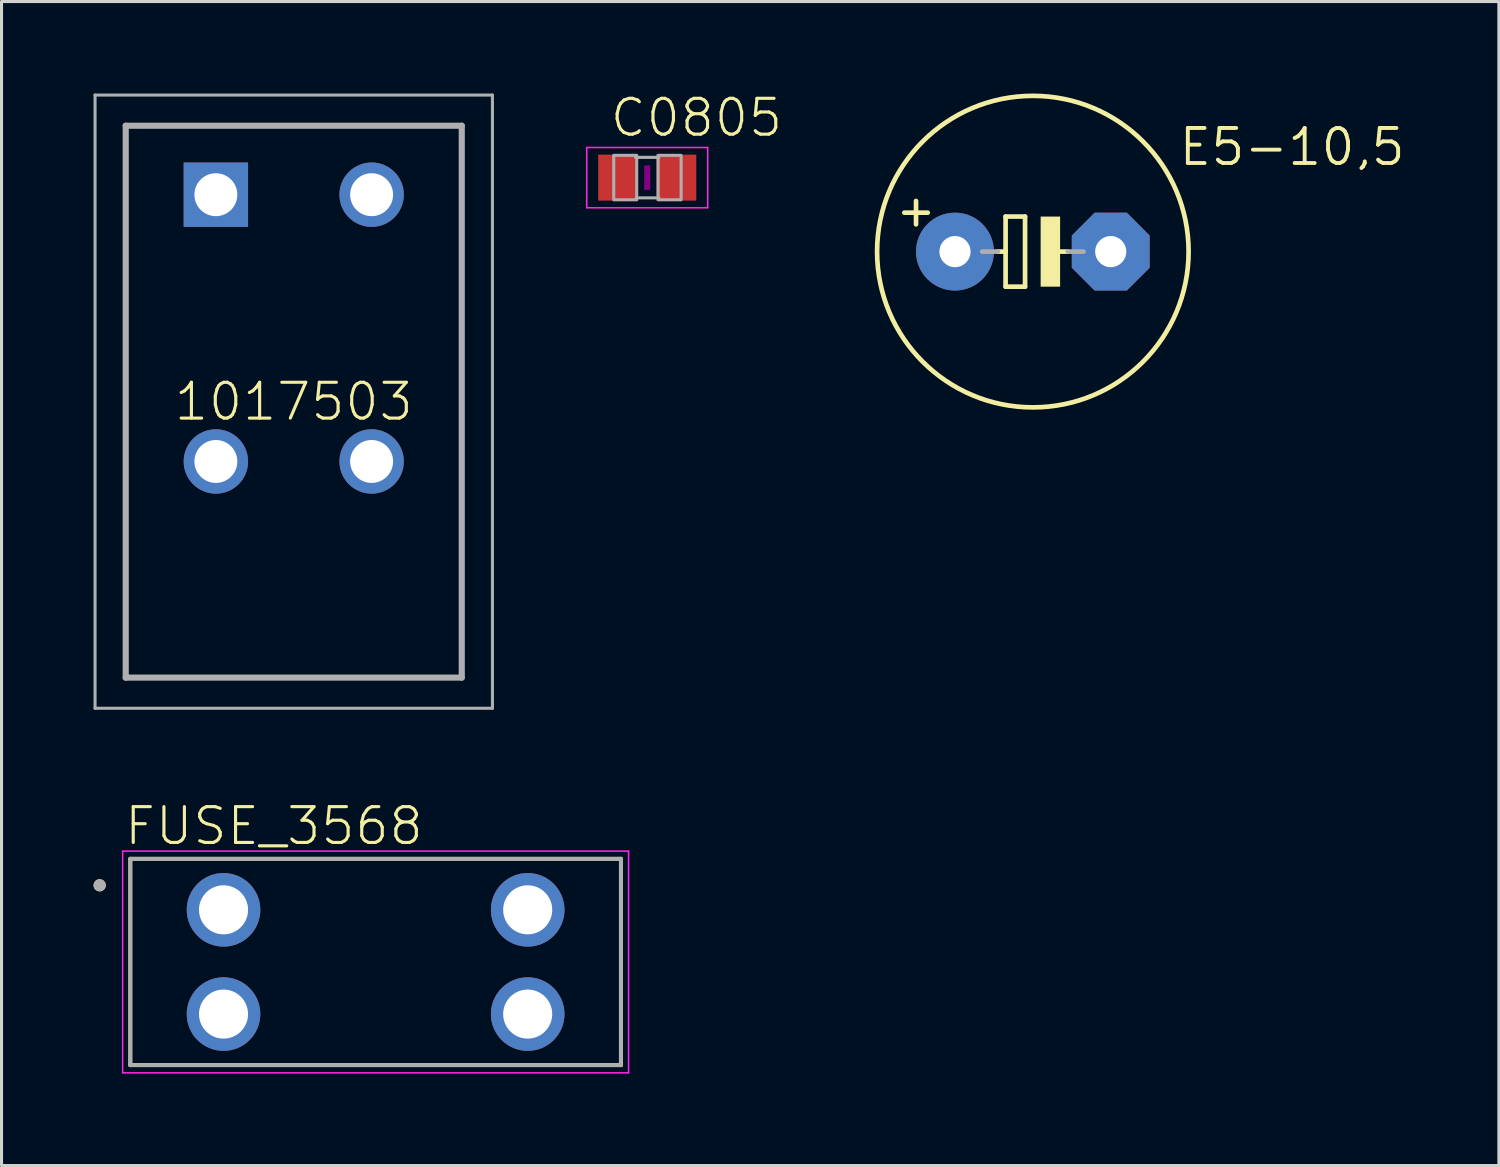
<source format=kicad_pcb>
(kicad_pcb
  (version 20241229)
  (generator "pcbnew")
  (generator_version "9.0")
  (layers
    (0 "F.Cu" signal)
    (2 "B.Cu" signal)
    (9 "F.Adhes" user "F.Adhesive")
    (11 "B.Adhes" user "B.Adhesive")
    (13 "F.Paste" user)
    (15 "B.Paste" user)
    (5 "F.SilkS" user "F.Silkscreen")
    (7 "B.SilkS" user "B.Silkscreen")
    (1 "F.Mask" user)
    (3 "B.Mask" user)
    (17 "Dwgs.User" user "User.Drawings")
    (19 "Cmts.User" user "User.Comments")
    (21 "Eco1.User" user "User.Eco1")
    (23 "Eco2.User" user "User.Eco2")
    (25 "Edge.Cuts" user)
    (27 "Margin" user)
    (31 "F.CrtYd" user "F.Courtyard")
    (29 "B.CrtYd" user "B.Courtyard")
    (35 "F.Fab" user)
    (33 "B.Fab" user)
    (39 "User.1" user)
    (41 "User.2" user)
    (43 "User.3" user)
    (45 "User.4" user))
  (footprint "C0805"
    (layer "F.Cu")
    (at 18.058 2.743)
    (property "Reference" "C0805" (at -1.27 -1.27 0) (layer "F.SilkS") (effects (font (size 1.168 1.168) (thickness 0.102)) (justify left bottom)))
    (fp_poly (pts (xy -0.1 0.4) (xy 0.1 0.4) (xy 0.1 -0.4) (xy -0.1 -0.4)) (stroke (width 0) (type solid)) (fill yes) (layer "F.Adhes"))
    (fp_line (start -1.973 -0.983) (end 1.973 -0.983) (stroke (width 0.051) (type solid)) (layer "F.CrtYd"))
    (fp_line (start -1.973 0.983) (end -1.973 -0.983) (stroke (width 0.051) (type solid)) (layer "F.CrtYd"))
    (fp_line (start 1.973 -0.983) (end 1.973 0.983) (stroke (width 0.051) (type solid)) (layer "F.CrtYd"))
    (fp_line (start 1.973 0.983) (end -1.973 0.983) (stroke (width 0.051) (type solid)) (layer "F.CrtYd"))
    (fp_line (start -0.381 -0.66) (end 0.381 -0.66) (stroke (width 0.102) (type solid)) (layer "F.Fab"))
    (fp_line (start -0.356 0.66) (end 0.381 0.66) (stroke (width 0.102) (type solid)) (layer "F.Fab"))
    (fp_poly (pts (xy -1.092 0.724) (xy -0.342 0.724) (xy -0.342 -0.726) (xy -1.092 -0.726)) (stroke (width 0.1) (type solid)) (fill no) (layer "F.Fab"))
    (fp_poly (pts (xy 0.356 0.724) (xy 1.106 0.724) (xy 1.106 -0.726) (xy 0.356 -0.726)) (stroke (width 0.1) (type solid)) (fill no) (layer "F.Fab"))
    (pad "1" smd rect (at -0.95 0) (size 1.3 1.5) (layers "F.Cu" "F.Mask" "F.Paste"))
    (pad "2" smd rect (at 0.95 0) (size 1.3 1.5) (layers "F.Cu" "F.Mask" "F.Paste")))
  (footprint "FUSE_3568"
    (layer "F.Cu")
    (at 9.2 28.323)
    (property "Reference" "FUSE_3568" (at -8.25 -3.75 0) (layer "F.SilkS") (effects (font (size 1.168 1.168) (thickness 0.102)) (justify left bottom)))
    (fp_line (start -8 -3.365) (end 8 -3.365) (stroke (width 0.127) (type solid)) (layer "F.SilkS"))
    (fp_line (start -8 3.365) (end -8 -3.365) (stroke (width 0.127) (type solid)) (layer "F.SilkS"))
    (fp_line (start 8 -3.365) (end 8 3.365) (stroke (width 0.127) (type solid)) (layer "F.SilkS"))
    (fp_line (start 8 3.365) (end -8 3.365) (stroke (width 0.127) (type solid)) (layer "F.SilkS"))
    (fp_circle (center -9 -2.5) (end -8.9 -2.5) (stroke (width 0.2) (type solid)) (fill no) (layer "F.SilkS"))
    (fp_line (start -8.25 -3.615) (end 8.25 -3.615) (stroke (width 0.05) (type solid)) (layer "F.CrtYd"))
    (fp_line (start -8.25 3.615) (end -8.25 -3.615) (stroke (width 0.05) (type solid)) (layer "F.CrtYd"))
    (fp_line (start 8.25 -3.615) (end 8.25 3.615) (stroke (width 0.05) (type solid)) (layer "F.CrtYd"))
    (fp_line (start 8.25 3.615) (end -8.25 3.615) (stroke (width 0.05) (type solid)) (layer "F.CrtYd"))
    (fp_line (start -8 -3.365) (end 8 -3.365) (stroke (width 0.127) (type solid)) (layer "F.Fab"))
    (fp_line (start -8 3.365) (end -8 -3.365) (stroke (width 0.127) (type solid)) (layer "F.Fab"))
    (fp_line (start 8 -3.365) (end 8 3.365) (stroke (width 0.127) (type solid)) (layer "F.Fab"))
    (fp_line (start 8 3.365) (end -8 3.365) (stroke (width 0.127) (type solid)) (layer "F.Fab"))
    (fp_circle (center -9 -2.5) (end -8.9 -2.5) (stroke (width 0.2) (type solid)) (fill no) (layer "F.Fab"))
    (pad "1" thru_hole circle (at -4.96 -1.7) (size 2.4 2.4) (drill 1.6) (layers "*.Cu" "*.Mask"))
    (pad "2" thru_hole circle (at 4.96 -1.7) (size 2.4 2.4) (drill 1.6) (layers "*.Cu" "*.Mask"))
    (pad "3" thru_hole circle (at -4.96 1.7) (size 2.4 2.4) (drill 1.6) (layers "*.Cu" "*.Mask"))
    (pad "4" thru_hole circle (at 4.96 1.7) (size 2.4 2.4) (drill 1.6) (layers "*.Cu" "*.Mask")))
  (footprint "1017503"
    (layer "F.Cu")
    (at 3.99 3.3)
    (property "Reference" "1017503" (at 2.54 6.75 0) (layer "F.SilkS") (effects (font (size 1.168 1.168) (thickness 0.102))))
    (fp_line (start -2.94 -2.25) (end 8.02 -2.25) (stroke (width 0.1) (type solid)) (layer "F.SilkS"))
    (fp_line (start -2.94 15.75) (end -2.94 -2.25) (stroke (width 0.1) (type solid)) (layer "F.SilkS"))
    (fp_line (start 8.02 -2.25) (end 8.02 15.75) (stroke (width 0.1) (type solid)) (layer "F.SilkS"))
    (fp_line (start 8.02 15.75) (end -2.94 15.75) (stroke (width 0.1) (type solid)) (layer "F.SilkS"))
    (fp_line (start -3.94 -3.25) (end 9.02 -3.25) (stroke (width 0.1) (type solid)) (layer "F.Fab"))
    (fp_line (start -3.94 16.75) (end -3.94 -3.25) (stroke (width 0.1) (type solid)) (layer "F.Fab"))
    (fp_line (start -2.94 -2.25) (end 8.02 -2.25) (stroke (width 0.2) (type solid)) (layer "F.Fab"))
    (fp_line (start -2.94 15.75) (end -2.94 -2.25) (stroke (width 0.2) (type solid)) (layer "F.Fab"))
    (fp_line (start 8.02 -2.25) (end 8.02 15.75) (stroke (width 0.2) (type solid)) (layer "F.Fab"))
    (fp_line (start 8.02 15.75) (end -2.94 15.75) (stroke (width 0.2) (type solid)) (layer "F.Fab"))
    (fp_line (start 9.02 -3.25) (end 9.02 16.75) (stroke (width 0.1) (type solid)) (layer "F.Fab"))
    (fp_line (start 9.02 16.75) (end -3.94 16.75) (stroke (width 0.1) (type solid)) (layer "F.Fab"))
    (pad "1" thru_hole rect (at 0 0) (size 2.1 2.1) (drill 1.4) (layers "*.Cu" "*.Mask"))
    (pad "2" thru_hole circle (at 0 8.7) (size 2.1 2.1) (drill 1.4) (layers "*.Cu" "*.Mask"))
    (pad "3" thru_hole circle (at 5.08 0) (size 2.1 2.1) (drill 1.4) (layers "*.Cu" "*.Mask"))
    (pad "4" thru_hole circle (at 5.08 8.7) (size 2.1 2.1) (drill 1.4) (layers "*.Cu" "*.Mask")))
  (footprint "E5-10,5"
    (layer "F.Cu")
    (at 30.635 5.156)
    (property "Reference" "E5-10,5" (at 4.699 -2.743 0) (layer "F.SilkS") (effects (font (size 1.143 1.143) (thickness 0.127)) (justify left bottom)))
    (fp_line (start -3.81 -1.651) (end -3.81 -0.889) (stroke (width 0.152) (type solid)) (layer "F.SilkS"))
    (fp_line (start -3.429 -1.27) (end -4.191 -1.27) (stroke (width 0.152) (type solid)) (layer "F.SilkS"))
    (fp_line (start -1.143 0) (end -0.889 0) (stroke (width 0.152) (type solid)) (layer "F.SilkS"))
    (fp_line (start -0.889 -1.143) (end -0.889 0) (stroke (width 0.152) (type solid)) (layer "F.SilkS"))
    (fp_line (start -0.889 0) (end -0.889 1.143) (stroke (width 0.152) (type solid)) (layer "F.SilkS"))
    (fp_line (start -0.889 1.143) (end -0.254 1.143) (stroke (width 0.152) (type solid)) (layer "F.SilkS"))
    (fp_line (start -0.254 -1.143) (end -0.889 -1.143) (stroke (width 0.152) (type solid)) (layer "F.SilkS"))
    (fp_line (start -0.254 1.143) (end -0.254 -1.143) (stroke (width 0.152) (type solid)) (layer "F.SilkS"))
    (fp_line (start 0.635 0) (end 1.143 0) (stroke (width 0.152) (type solid)) (layer "F.SilkS"))
    (fp_circle (center 0 0) (end 5.08 0) (stroke (width 0.152) (type solid)) (fill no) (layer "F.SilkS"))
    (fp_poly (pts (xy 0.254 1.143) (xy 0.889 1.143) (xy 0.889 -1.143) (xy 0.254 -1.143)) (stroke (width 0) (type solid)) (fill yes) (layer "F.SilkS"))
    (fp_line (start -1.651 0) (end -1.143 0) (stroke (width 0.152) (type solid)) (layer "F.Fab"))
    (fp_line (start 1.143 0) (end 1.651 0) (stroke (width 0.152) (type solid)) (layer "F.Fab"))
    (pad "+" thru_hole circle (at -2.54 0) (size 2.54 2.54) (drill 1.016) (layers "*.Cu" "*.Mask"))
    (pad "-" thru_hole roundrect (at 2.54 0) (size 2.54 2.54) (drill 1.016) (layers "*.Cu" "*.Mask") (roundrect_rratio 0.25) (chamfer_ratio 0.293) (chamfer top_left top_right bottom_left bottom_right)))
  (gr_rect
    (start -3 -3)
    (end 45.834 34.963)
    (stroke (width 0.1) (type default))
    (fill no)
    (layer "Edge.Cuts")))
</source>
